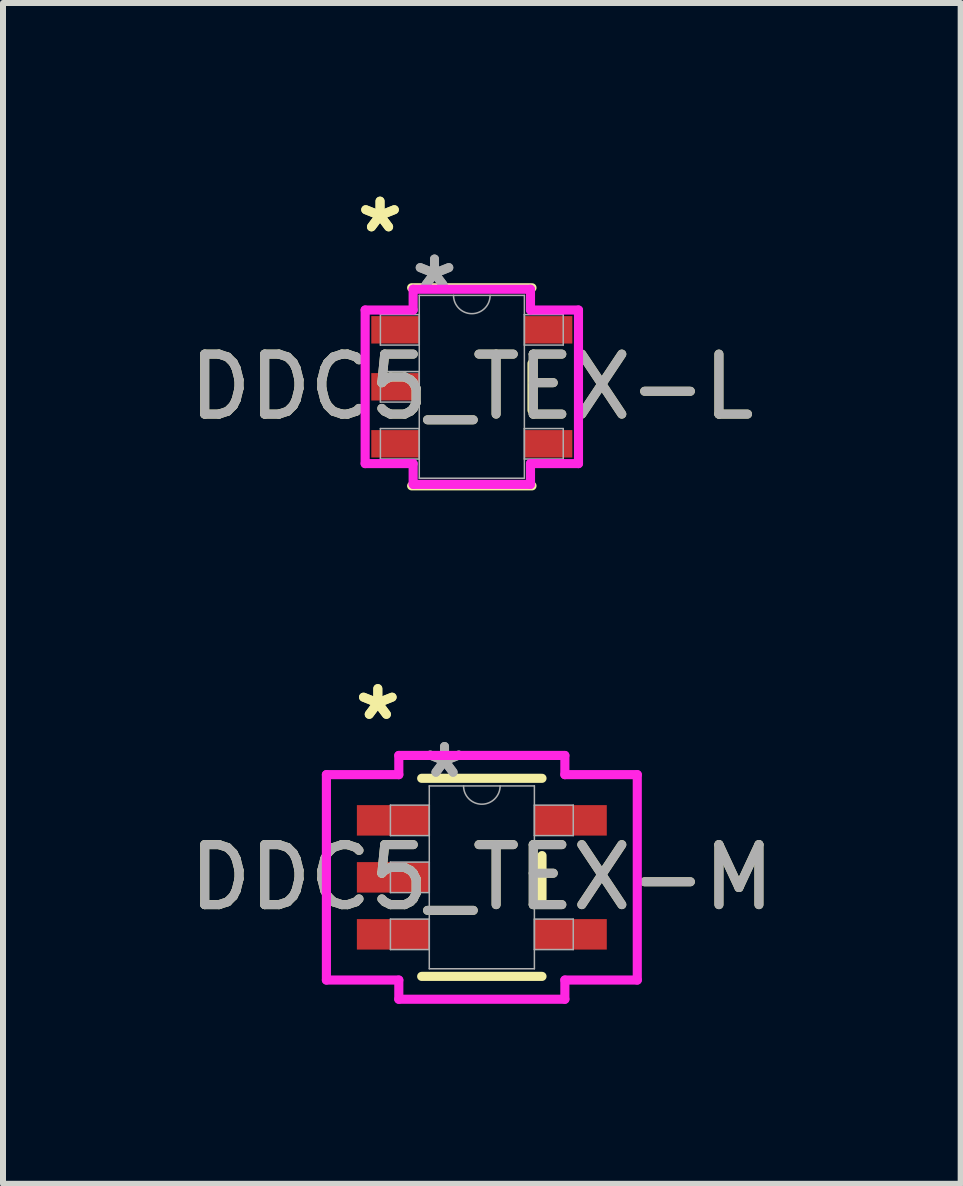
<source format=kicad_pcb>
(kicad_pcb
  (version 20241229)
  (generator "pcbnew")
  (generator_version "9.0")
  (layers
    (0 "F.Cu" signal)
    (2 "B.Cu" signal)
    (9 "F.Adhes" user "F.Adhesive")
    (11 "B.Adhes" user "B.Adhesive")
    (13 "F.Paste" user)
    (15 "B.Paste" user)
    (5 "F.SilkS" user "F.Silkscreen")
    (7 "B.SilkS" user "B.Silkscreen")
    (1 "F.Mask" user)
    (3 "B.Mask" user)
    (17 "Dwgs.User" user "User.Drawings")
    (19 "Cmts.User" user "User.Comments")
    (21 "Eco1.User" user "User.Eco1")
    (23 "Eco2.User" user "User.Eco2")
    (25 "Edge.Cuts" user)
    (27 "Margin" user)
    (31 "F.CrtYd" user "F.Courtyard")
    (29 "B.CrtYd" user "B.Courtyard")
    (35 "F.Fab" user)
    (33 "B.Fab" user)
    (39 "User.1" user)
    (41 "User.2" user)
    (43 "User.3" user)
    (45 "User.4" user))
  (footprint "DDC5_TEX-L"
    (layer "F.Cu")
    (at 4.815 3.398)
    (property "Reference" "DDC5_TEX-L" (at 0 0 0) (unlocked yes) (layer "F.SilkS") (effects (font (size 1 1) (thickness 0.15))))
    (attr smd)
    (fp_line (start -1.003 1.651) (end 1.003 1.651) (stroke (width 0.152) (type solid)) (layer "F.SilkS"))
    (fp_line (start 1.003 -1.651) (end -1.003 -1.651) (stroke (width 0.152) (type solid)) (layer "F.SilkS"))
    (fp_line (start 1.003 0.389) (end 1.003 -0.389) (stroke (width 0.152) (type solid)) (layer "F.SilkS"))
    (fp_line (start -1.778 -1.28) (end -0.978 -1.28) (stroke (width 0.152) (type solid)) (layer "F.CrtYd"))
    (fp_line (start -1.778 1.28) (end -1.778 -1.28) (stroke (width 0.152) (type solid)) (layer "F.CrtYd"))
    (fp_line (start -0.978 -1.626) (end 0.978 -1.626) (stroke (width 0.152) (type solid)) (layer "F.CrtYd"))
    (fp_line (start -0.978 -1.28) (end -0.978 -1.626) (stroke (width 0.152) (type solid)) (layer "F.CrtYd"))
    (fp_line (start -0.978 1.28) (end -1.778 1.28) (stroke (width 0.152) (type solid)) (layer "F.CrtYd"))
    (fp_line (start -0.978 1.626) (end -0.978 1.28) (stroke (width 0.152) (type solid)) (layer "F.CrtYd"))
    (fp_line (start 0.978 -1.626) (end 0.978 -1.28) (stroke (width 0.152) (type solid)) (layer "F.CrtYd"))
    (fp_line (start 0.978 -1.28) (end 1.778 -1.28) (stroke (width 0.152) (type solid)) (layer "F.CrtYd"))
    (fp_line (start 0.978 1.28) (end 0.978 1.626) (stroke (width 0.152) (type solid)) (layer "F.CrtYd"))
    (fp_line (start 0.978 1.626) (end -0.978 1.626) (stroke (width 0.152) (type solid)) (layer "F.CrtYd"))
    (fp_line (start 1.778 -1.28) (end 1.778 1.28) (stroke (width 0.152) (type solid)) (layer "F.CrtYd"))
    (fp_line (start 1.778 1.28) (end 0.978 1.28) (stroke (width 0.152) (type solid)) (layer "F.CrtYd"))
    (fp_line (start -1.524 -1.204) (end -1.524 -0.696) (stroke (width 0.025) (type solid)) (layer "F.Fab"))
    (fp_line (start -1.524 -0.696) (end -0.876 -0.696) (stroke (width 0.025) (type solid)) (layer "F.Fab"))
    (fp_line (start -1.524 -0.254) (end -1.524 0.254) (stroke (width 0.025) (type solid)) (layer "F.Fab"))
    (fp_line (start -1.524 0.254) (end -0.876 0.254) (stroke (width 0.025) (type solid)) (layer "F.Fab"))
    (fp_line (start -1.524 0.696) (end -1.524 1.204) (stroke (width 0.025) (type solid)) (layer "F.Fab"))
    (fp_line (start -1.524 1.204) (end -0.876 1.204) (stroke (width 0.025) (type solid)) (layer "F.Fab"))
    (fp_line (start -0.876 -1.524) (end -0.876 1.524) (stroke (width 0.025) (type solid)) (layer "F.Fab"))
    (fp_line (start -0.876 -1.204) (end -1.524 -1.204) (stroke (width 0.025) (type solid)) (layer "F.Fab"))
    (fp_line (start -0.876 -0.696) (end -0.876 -1.204) (stroke (width 0.025) (type solid)) (layer "F.Fab"))
    (fp_line (start -0.876 -0.254) (end -1.524 -0.254) (stroke (width 0.025) (type solid)) (layer "F.Fab"))
    (fp_line (start -0.876 0.254) (end -0.876 -0.254) (stroke (width 0.025) (type solid)) (layer "F.Fab"))
    (fp_line (start -0.876 0.696) (end -1.524 0.696) (stroke (width 0.025) (type solid)) (layer "F.Fab"))
    (fp_line (start -0.876 1.204) (end -0.876 0.696) (stroke (width 0.025) (type solid)) (layer "F.Fab"))
    (fp_line (start -0.876 1.524) (end 0.876 1.524) (stroke (width 0.025) (type solid)) (layer "F.Fab"))
    (fp_line (start 0.876 -1.524) (end -0.876 -1.524) (stroke (width 0.025) (type solid)) (layer "F.Fab"))
    (fp_line (start 0.876 -1.204) (end 0.876 -0.696) (stroke (width 0.025) (type solid)) (layer "F.Fab"))
    (fp_line (start 0.876 -0.696) (end 1.524 -0.696) (stroke (width 0.025) (type solid)) (layer "F.Fab"))
    (fp_line (start 0.876 0.696) (end 0.876 1.204) (stroke (width 0.025) (type solid)) (layer "F.Fab"))
    (fp_line (start 0.876 1.204) (end 1.524 1.204) (stroke (width 0.025) (type solid)) (layer "F.Fab"))
    (fp_line (start 0.876 1.524) (end 0.876 -1.524) (stroke (width 0.025) (type solid)) (layer "F.Fab"))
    (fp_line (start 1.524 -1.204) (end 0.876 -1.204) (stroke (width 0.025) (type solid)) (layer "F.Fab"))
    (fp_line (start 1.524 -0.696) (end 1.524 -1.204) (stroke (width 0.025) (type solid)) (layer "F.Fab"))
    (fp_line (start 1.524 0.696) (end 0.876 0.696) (stroke (width 0.025) (type solid)) (layer "F.Fab"))
    (fp_line (start 1.524 1.204) (end 1.524 0.696) (stroke (width 0.025) (type solid)) (layer "F.Fab"))
    (fp_arc (start 0.3048 -1.524) (mid 0 -1.2192) (end -0.3048 -1.524) (stroke (width 0.0254) (type solid)) (layer "F.Fab"))
    (fp_text user "*" (at -1.53 -2.55 0) (unlocked yes) (layer "F.SilkS") (effects (font (size 1 1) (thickness 0.15))))
    (fp_text user "*" (at -1.53 -2.55 0) (layer "F.SilkS") (effects (font (size 1 1) (thickness 0.15))))
    (fp_text user "*" (at -0.622 -1.585 0) (layer "F.Fab") (effects (font (size 1 1) (thickness 0.15))))
    (fp_text user "*" (at -0.622 -1.585 0) (unlocked yes) (layer "F.Fab") (effects (font (size 1 1) (thickness 0.15))))
    (fp_text user "${REFERENCE}" (at 0 0 0) (unlocked yes) (layer "F.Fab") (effects (font (size 1 1) (thickness 0.15))))
    (pad "1" smd rect (at -1.276 -0.95) (size 0.8 0.457) (layers "F.Cu" "F.Mask" "F.Paste"))
    (pad "2" smd rect (at -1.276 0) (size 0.8 0.457) (layers "F.Cu" "F.Mask" "F.Paste"))
    (pad "3" smd rect (at -1.276 0.95) (size 0.8 0.457) (layers "F.Cu" "F.Mask" "F.Paste"))
    (pad "4" smd rect (at 1.276 0.95) (size 0.8 0.457) (layers "F.Cu" "F.Mask" "F.Paste"))
    (pad "5" smd rect (at 1.276 -0.95) (size 0.8 0.457) (layers "F.Cu" "F.Mask" "F.Paste")))
  (footprint "DDC5_TEX-M"
    (layer "F.Cu")
    (at 4.982 11.575)
    (property "Reference" "DDC5_TEX-M" (at 0 0 0) (unlocked yes) (layer "F.SilkS") (effects (font (size 1 1) (thickness 0.15))))
    (attr smd)
    (fp_line (start -1.003 1.651) (end 1.003 1.651) (stroke (width 0.152) (type solid)) (layer "F.SilkS"))
    (fp_line (start 1.003 -1.651) (end -1.003 -1.651) (stroke (width 0.152) (type solid)) (layer "F.SilkS"))
    (fp_line (start 1.003 0.363) (end 1.003 -0.363) (stroke (width 0.152) (type solid)) (layer "F.SilkS"))
    (fp_line (start -2.591 -1.712) (end -1.384 -1.712) (stroke (width 0.152) (type solid)) (layer "F.CrtYd"))
    (fp_line (start -2.591 1.712) (end -2.591 -1.712) (stroke (width 0.152) (type solid)) (layer "F.CrtYd"))
    (fp_line (start -1.384 -2.032) (end 1.384 -2.032) (stroke (width 0.152) (type solid)) (layer "F.CrtYd"))
    (fp_line (start -1.384 -1.712) (end -1.384 -2.032) (stroke (width 0.152) (type solid)) (layer "F.CrtYd"))
    (fp_line (start -1.384 1.712) (end -2.591 1.712) (stroke (width 0.152) (type solid)) (layer "F.CrtYd"))
    (fp_line (start -1.384 2.032) (end -1.384 1.712) (stroke (width 0.152) (type solid)) (layer "F.CrtYd"))
    (fp_line (start 1.384 -2.032) (end 1.384 -1.712) (stroke (width 0.152) (type solid)) (layer "F.CrtYd"))
    (fp_line (start 1.384 -1.712) (end 2.591 -1.712) (stroke (width 0.152) (type solid)) (layer "F.CrtYd"))
    (fp_line (start 1.384 1.712) (end 1.384 2.032) (stroke (width 0.152) (type solid)) (layer "F.CrtYd"))
    (fp_line (start 1.384 2.032) (end -1.384 2.032) (stroke (width 0.152) (type solid)) (layer "F.CrtYd"))
    (fp_line (start 2.591 -1.712) (end 2.591 1.712) (stroke (width 0.152) (type solid)) (layer "F.CrtYd"))
    (fp_line (start 2.591 1.712) (end 1.384 1.712) (stroke (width 0.152) (type solid)) (layer "F.CrtYd"))
    (fp_line (start -1.524 -1.204) (end -1.524 -0.696) (stroke (width 0.025) (type solid)) (layer "F.Fab"))
    (fp_line (start -1.524 -0.696) (end -0.876 -0.696) (stroke (width 0.025) (type solid)) (layer "F.Fab"))
    (fp_line (start -1.524 -0.254) (end -1.524 0.254) (stroke (width 0.025) (type solid)) (layer "F.Fab"))
    (fp_line (start -1.524 0.254) (end -0.876 0.254) (stroke (width 0.025) (type solid)) (layer "F.Fab"))
    (fp_line (start -1.524 0.696) (end -1.524 1.204) (stroke (width 0.025) (type solid)) (layer "F.Fab"))
    (fp_line (start -1.524 1.204) (end -0.876 1.204) (stroke (width 0.025) (type solid)) (layer "F.Fab"))
    (fp_line (start -0.876 -1.524) (end -0.876 1.524) (stroke (width 0.025) (type solid)) (layer "F.Fab"))
    (fp_line (start -0.876 -1.204) (end -1.524 -1.204) (stroke (width 0.025) (type solid)) (layer "F.Fab"))
    (fp_line (start -0.876 -0.696) (end -0.876 -1.204) (stroke (width 0.025) (type solid)) (layer "F.Fab"))
    (fp_line (start -0.876 -0.254) (end -1.524 -0.254) (stroke (width 0.025) (type solid)) (layer "F.Fab"))
    (fp_line (start -0.876 0.254) (end -0.876 -0.254) (stroke (width 0.025) (type solid)) (layer "F.Fab"))
    (fp_line (start -0.876 0.696) (end -1.524 0.696) (stroke (width 0.025) (type solid)) (layer "F.Fab"))
    (fp_line (start -0.876 1.204) (end -0.876 0.696) (stroke (width 0.025) (type solid)) (layer "F.Fab"))
    (fp_line (start -0.876 1.524) (end 0.876 1.524) (stroke (width 0.025) (type solid)) (layer "F.Fab"))
    (fp_line (start 0.876 -1.524) (end -0.876 -1.524) (stroke (width 0.025) (type solid)) (layer "F.Fab"))
    (fp_line (start 0.876 -1.204) (end 0.876 -0.696) (stroke (width 0.025) (type solid)) (layer "F.Fab"))
    (fp_line (start 0.876 -0.696) (end 1.524 -0.696) (stroke (width 0.025) (type solid)) (layer "F.Fab"))
    (fp_line (start 0.876 0.696) (end 0.876 1.204) (stroke (width 0.025) (type solid)) (layer "F.Fab"))
    (fp_line (start 0.876 1.204) (end 1.524 1.204) (stroke (width 0.025) (type solid)) (layer "F.Fab"))
    (fp_line (start 0.876 1.524) (end 0.876 -1.524) (stroke (width 0.025) (type solid)) (layer "F.Fab"))
    (fp_line (start 1.524 -1.204) (end 0.876 -1.204) (stroke (width 0.025) (type solid)) (layer "F.Fab"))
    (fp_line (start 1.524 -0.696) (end 1.524 -1.204) (stroke (width 0.025) (type solid)) (layer "F.Fab"))
    (fp_line (start 1.524 0.696) (end 0.876 0.696) (stroke (width 0.025) (type solid)) (layer "F.Fab"))
    (fp_line (start 1.524 1.204) (end 1.524 0.696) (stroke (width 0.025) (type solid)) (layer "F.Fab"))
    (fp_arc (start 0.3048 -1.524) (mid 0 -1.2192) (end -0.3048 -1.524) (stroke (width 0.0254) (type solid)) (layer "F.Fab"))
    (fp_text user "*" (at -1.734 -2.601 0) (unlocked yes) (layer "F.SilkS") (effects (font (size 1 1) (thickness 0.15))))
    (fp_text user "*" (at -1.734 -2.601 0) (layer "F.SilkS") (effects (font (size 1 1) (thickness 0.15))))
    (fp_text user "*" (at -0.622 -1.636 0) (layer "F.Fab") (effects (font (size 1 1) (thickness 0.15))))
    (fp_text user "*" (at -0.622 -1.636 0) (unlocked yes) (layer "F.Fab") (effects (font (size 1 1) (thickness 0.15))))
    (fp_text user "${REFERENCE}" (at 0 0 0) (unlocked yes) (layer "F.Fab") (effects (font (size 1 1) (thickness 0.15))))
    (pad "1" smd rect (at -1.48 -0.95) (size 1.206 0.508) (layers "F.Cu" "F.Mask" "F.Paste"))
    (pad "2" smd rect (at -1.48 0) (size 1.206 0.508) (layers "F.Cu" "F.Mask" "F.Paste"))
    (pad "3" smd rect (at -1.48 0.95) (size 1.206 0.508) (layers "F.Cu" "F.Mask" "F.Paste"))
    (pad "4" smd rect (at 1.48 0.95) (size 1.206 0.508) (layers "F.Cu" "F.Mask" "F.Paste"))
    (pad "5" smd rect (at 1.48 -0.95) (size 1.206 0.508) (layers "F.Cu" "F.Mask" "F.Paste")))
  (gr_rect
    (start -3 -3)
    (end 12.964 16.683)
    (stroke (width 0.1) (type default))
    (fill no)
    (layer "Edge.Cuts")))
</source>
